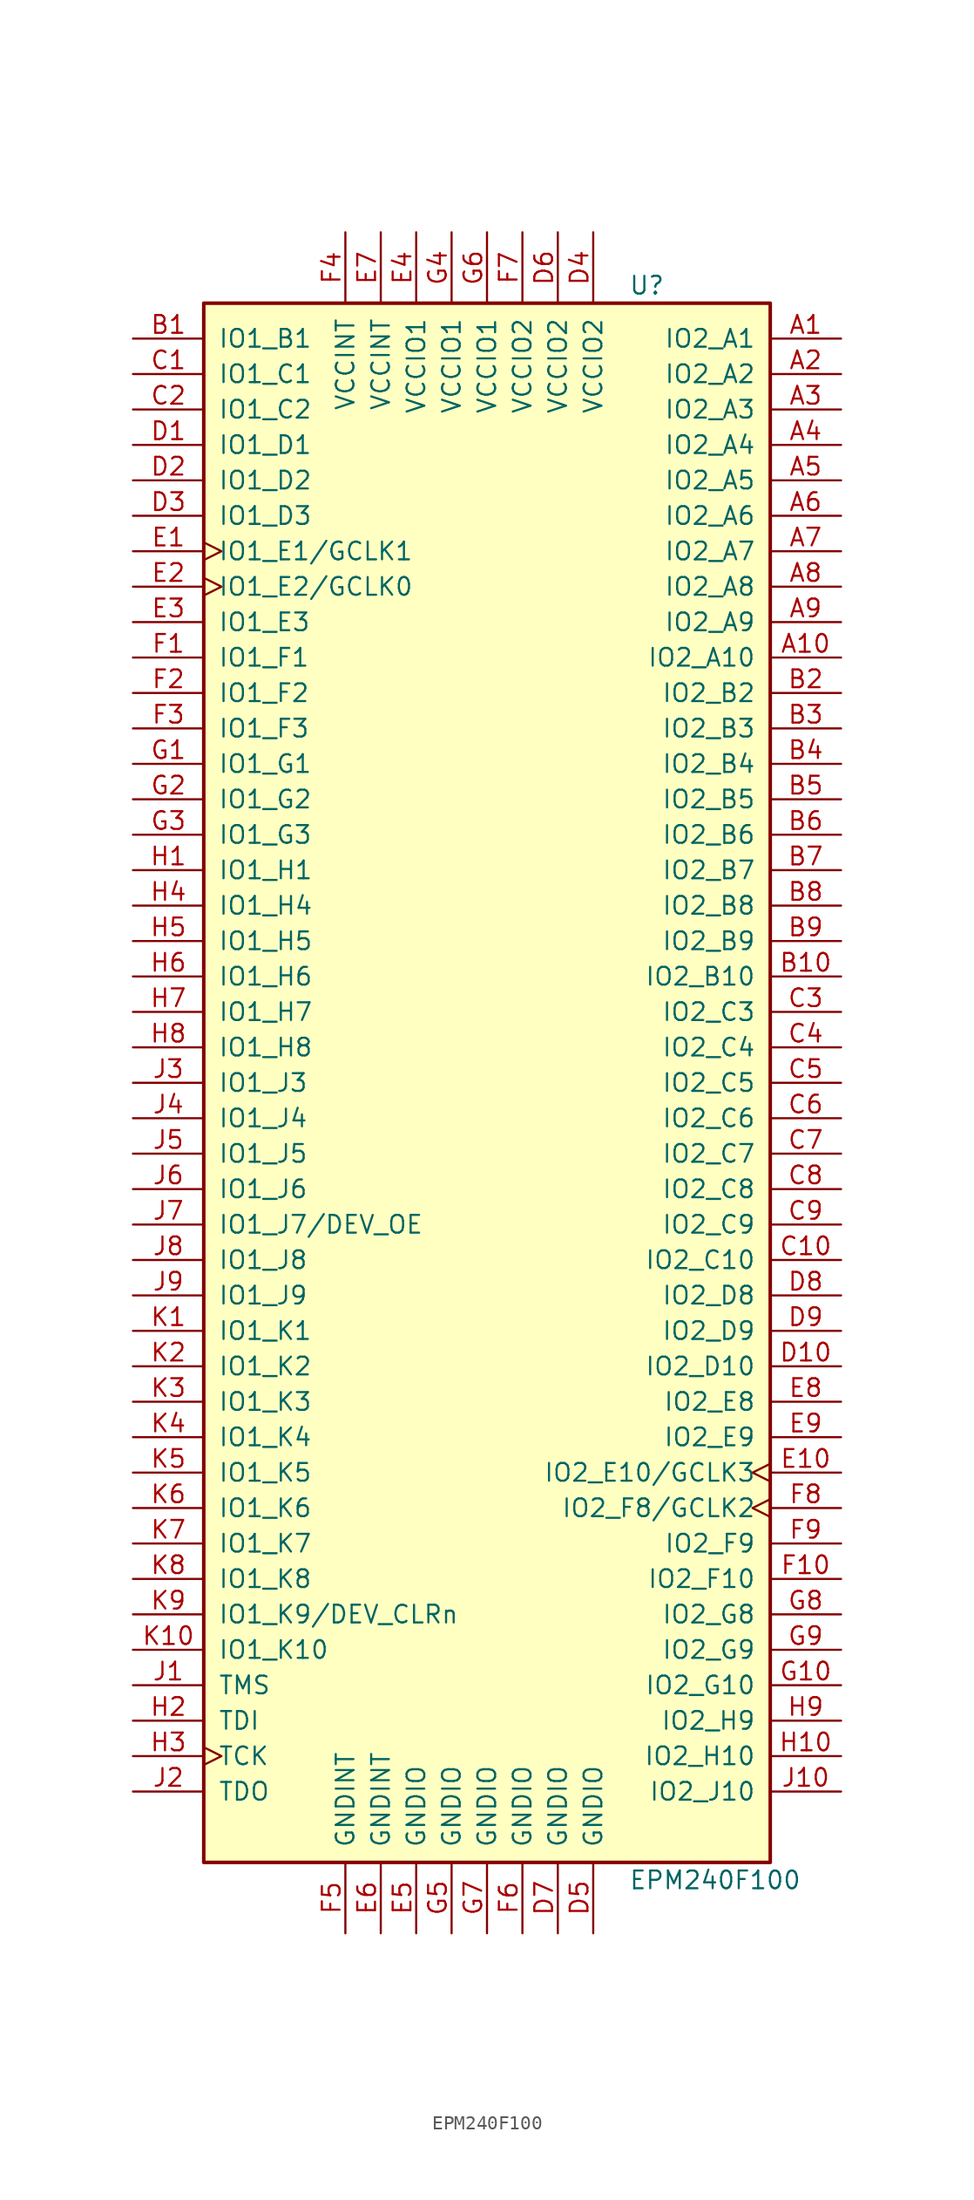
<source format=kicad_sym>
(kicad_symbol_lib
  (version 20201005)
  (generator kicad_symbol_editor)
  (symbol "EPM240F100"
    (pin_names
      (offset 1.016))
    (property "Reference" "U"
      (at 10.16 57.15 0)
      (effects (font (size 1.27 1.27)) (justify left)))
    (property "Value" "EPM240F100"
      (at 10.16 -57.15 0)
      (effects (font (size 1.27 1.27)) (justify left)))
    (property "ki_locked" ""
      (at 0 0 0)
      (effects (font (size 1.27 1.27))))
    (symbol "EPM240F100_1_1"
      (rectangle (start -20.32 55.88) (end 20.32 -55.88) (stroke (width 0.254)) (fill (type background)))
      (pin bidirectional line (at 25.4 53.34 180) (length 5.08) (name "IO2_A1" (effects (font (size 1.27 1.27)))) (number "A1" (effects (font (size 1.27 1.27)))))
      (pin bidirectional line (at 25.4 30.48 180) (length 5.08) (name "IO2_A10" (effects (font (size 1.27 1.27)))) (number "A10" (effects (font (size 1.27 1.27)))))
      (pin bidirectional line (at 25.4 50.8 180) (length 5.08) (name "IO2_A2" (effects (font (size 1.27 1.27)))) (number "A2" (effects (font (size 1.27 1.27)))))
      (pin bidirectional line (at 25.4 48.26 180) (length 5.08) (name "IO2_A3" (effects (font (size 1.27 1.27)))) (number "A3" (effects (font (size 1.27 1.27)))))
      (pin bidirectional line (at 25.4 45.72 180) (length 5.08) (name "IO2_A4" (effects (font (size 1.27 1.27)))) (number "A4" (effects (font (size 1.27 1.27)))))
      (pin bidirectional line (at 25.4 43.18 180) (length 5.08) (name "IO2_A5" (effects (font (size 1.27 1.27)))) (number "A5" (effects (font (size 1.27 1.27)))))
      (pin bidirectional line (at 25.4 40.64 180) (length 5.08) (name "IO2_A6" (effects (font (size 1.27 1.27)))) (number "A6" (effects (font (size 1.27 1.27)))))
      (pin bidirectional line (at 25.4 38.1 180) (length 5.08) (name "IO2_A7" (effects (font (size 1.27 1.27)))) (number "A7" (effects (font (size 1.27 1.27)))))
      (pin bidirectional line (at 25.4 35.56 180) (length 5.08) (name "IO2_A8" (effects (font (size 1.27 1.27)))) (number "A8" (effects (font (size 1.27 1.27)))))
      (pin bidirectional line (at 25.4 33.02 180) (length 5.08) (name "IO2_A9" (effects (font (size 1.27 1.27)))) (number "A9" (effects (font (size 1.27 1.27)))))
      (pin bidirectional line (at -25.4 53.34 0) (length 5.08) (name "IO1_B1" (effects (font (size 1.27 1.27)))) (number "B1" (effects (font (size 1.27 1.27)))))
      (pin bidirectional line (at 25.4 7.62 180) (length 5.08) (name "IO2_B10" (effects (font (size 1.27 1.27)))) (number "B10" (effects (font (size 1.27 1.27)))))
      (pin bidirectional line (at 25.4 27.94 180) (length 5.08) (name "IO2_B2" (effects (font (size 1.27 1.27)))) (number "B2" (effects (font (size 1.27 1.27)))))
      (pin bidirectional line (at 25.4 25.4 180) (length 5.08) (name "IO2_B3" (effects (font (size 1.27 1.27)))) (number "B3" (effects (font (size 1.27 1.27)))))
      (pin bidirectional line (at 25.4 22.86 180) (length 5.08) (name "IO2_B4" (effects (font (size 1.27 1.27)))) (number "B4" (effects (font (size 1.27 1.27)))))
      (pin bidirectional line (at 25.4 20.32 180) (length 5.08) (name "IO2_B5" (effects (font (size 1.27 1.27)))) (number "B5" (effects (font (size 1.27 1.27)))))
      (pin bidirectional line (at 25.4 17.78 180) (length 5.08) (name "IO2_B6" (effects (font (size 1.27 1.27)))) (number "B6" (effects (font (size 1.27 1.27)))))
      (pin bidirectional line (at 25.4 15.24 180) (length 5.08) (name "IO2_B7" (effects (font (size 1.27 1.27)))) (number "B7" (effects (font (size 1.27 1.27)))))
      (pin bidirectional line (at 25.4 12.7 180) (length 5.08) (name "IO2_B8" (effects (font (size 1.27 1.27)))) (number "B8" (effects (font (size 1.27 1.27)))))
      (pin bidirectional line (at 25.4 10.16 180) (length 5.08) (name "IO2_B9" (effects (font (size 1.27 1.27)))) (number "B9" (effects (font (size 1.27 1.27)))))
      (pin bidirectional line (at -25.4 50.8 0) (length 5.08) (name "IO1_C1" (effects (font (size 1.27 1.27)))) (number "C1" (effects (font (size 1.27 1.27)))))
      (pin bidirectional line (at 25.4 -12.7 180) (length 5.08) (name "IO2_C10" (effects (font (size 1.27 1.27)))) (number "C10" (effects (font (size 1.27 1.27)))))
      (pin bidirectional line (at -25.4 48.26 0) (length 5.08) (name "IO1_C2" (effects (font (size 1.27 1.27)))) (number "C2" (effects (font (size 1.27 1.27)))))
      (pin bidirectional line (at 25.4 5.08 180) (length 5.08) (name "IO2_C3" (effects (font (size 1.27 1.27)))) (number "C3" (effects (font (size 1.27 1.27)))))
      (pin bidirectional line (at 25.4 2.54 180) (length 5.08) (name "IO2_C4" (effects (font (size 1.27 1.27)))) (number "C4" (effects (font (size 1.27 1.27)))))
      (pin bidirectional line (at 25.4 0 180) (length 5.08) (name "IO2_C5" (effects (font (size 1.27 1.27)))) (number "C5" (effects (font (size 1.27 1.27)))))
      (pin bidirectional line (at 25.4 -2.54 180) (length 5.08) (name "IO2_C6" (effects (font (size 1.27 1.27)))) (number "C6" (effects (font (size 1.27 1.27)))))
      (pin bidirectional line (at 25.4 -5.08 180) (length 5.08) (name "IO2_C7" (effects (font (size 1.27 1.27)))) (number "C7" (effects (font (size 1.27 1.27)))))
      (pin bidirectional line (at 25.4 -7.62 180) (length 5.08) (name "IO2_C8" (effects (font (size 1.27 1.27)))) (number "C8" (effects (font (size 1.27 1.27)))))
      (pin bidirectional line (at 25.4 -10.16 180) (length 5.08) (name "IO2_C9" (effects (font (size 1.27 1.27)))) (number "C9" (effects (font (size 1.27 1.27)))))
      (pin bidirectional line (at -25.4 45.72 0) (length 5.08) (name "IO1_D1" (effects (font (size 1.27 1.27)))) (number "D1" (effects (font (size 1.27 1.27)))))
      (pin bidirectional line (at 25.4 -20.32 180) (length 5.08) (name "IO2_D10" (effects (font (size 1.27 1.27)))) (number "D10" (effects (font (size 1.27 1.27)))))
      (pin bidirectional line (at -25.4 43.18 0) (length 5.08) (name "IO1_D2" (effects (font (size 1.27 1.27)))) (number "D2" (effects (font (size 1.27 1.27)))))
      (pin bidirectional line (at -25.4 40.64 0) (length 5.08) (name "IO1_D3" (effects (font (size 1.27 1.27)))) (number "D3" (effects (font (size 1.27 1.27)))))
      (pin power_in line (at 7.62 60.96 270) (length 5.08) (name "VCCIO2" (effects (font (size 1.27 1.27)))) (number "D4" (effects (font (size 1.27 1.27)))))
      (pin power_in line (at 7.62 -60.96 90) (length 5.08) (name "GNDIO" (effects (font (size 1.27 1.27)))) (number "D5" (effects (font (size 1.27 1.27)))))
      (pin power_in line (at 5.08 60.96 270) (length 5.08) (name "VCCIO2" (effects (font (size 1.27 1.27)))) (number "D6" (effects (font (size 1.27 1.27)))))
      (pin power_in line (at 5.08 -60.96 90) (length 5.08) (name "GNDIO" (effects (font (size 1.27 1.27)))) (number "D7" (effects (font (size 1.27 1.27)))))
      (pin bidirectional line (at 25.4 -15.24 180) (length 5.08) (name "IO2_D8" (effects (font (size 1.27 1.27)))) (number "D8" (effects (font (size 1.27 1.27)))))
      (pin bidirectional line (at 25.4 -17.78 180) (length 5.08) (name "IO2_D9" (effects (font (size 1.27 1.27)))) (number "D9" (effects (font (size 1.27 1.27)))))
      (pin bidirectional clock (at -25.4 38.1 0) (length 5.08) (name "IO1_E1/GCLK1" (effects (font (size 1.27 1.27)))) (number "E1" (effects (font (size 1.27 1.27)))))
      (pin bidirectional clock (at 25.4 -27.94 180) (length 5.08) (name "IO2_E10/GCLK3" (effects (font (size 1.27 1.27)))) (number "E10" (effects (font (size 1.27 1.27)))))
      (pin bidirectional clock (at -25.4 35.56 0) (length 5.08) (name "IO1_E2/GCLK0" (effects (font (size 1.27 1.27)))) (number "E2" (effects (font (size 1.27 1.27)))))
      (pin bidirectional line (at -25.4 33.02 0) (length 5.08) (name "IO1_E3" (effects (font (size 1.27 1.27)))) (number "E3" (effects (font (size 1.27 1.27)))))
      (pin power_in line (at -5.08 60.96 270) (length 5.08) (name "VCCIO1" (effects (font (size 1.27 1.27)))) (number "E4" (effects (font (size 1.27 1.27)))))
      (pin power_in line (at -5.08 -60.96 90) (length 5.08) (name "GNDIO" (effects (font (size 1.27 1.27)))) (number "E5" (effects (font (size 1.27 1.27)))))
      (pin power_in line (at -7.62 -60.96 90) (length 5.08) (name "GNDINT" (effects (font (size 1.27 1.27)))) (number "E6" (effects (font (size 1.27 1.27)))))
      (pin power_in line (at -7.62 60.96 270) (length 5.08) (name "VCCINT" (effects (font (size 1.27 1.27)))) (number "E7" (effects (font (size 1.27 1.27)))))
      (pin bidirectional line (at 25.4 -22.86 180) (length 5.08) (name "IO2_E8" (effects (font (size 1.27 1.27)))) (number "E8" (effects (font (size 1.27 1.27)))))
      (pin bidirectional line (at 25.4 -25.4 180) (length 5.08) (name "IO2_E9" (effects (font (size 1.27 1.27)))) (number "E9" (effects (font (size 1.27 1.27)))))
      (pin bidirectional line (at -25.4 30.48 0) (length 5.08) (name "IO1_F1" (effects (font (size 1.27 1.27)))) (number "F1" (effects (font (size 1.27 1.27)))))
      (pin bidirectional line (at 25.4 -35.56 180) (length 5.08) (name "IO2_F10" (effects (font (size 1.27 1.27)))) (number "F10" (effects (font (size 1.27 1.27)))))
      (pin bidirectional line (at -25.4 27.94 0) (length 5.08) (name "IO1_F2" (effects (font (size 1.27 1.27)))) (number "F2" (effects (font (size 1.27 1.27)))))
      (pin bidirectional line (at -25.4 25.4 0) (length 5.08) (name "IO1_F3" (effects (font (size 1.27 1.27)))) (number "F3" (effects (font (size 1.27 1.27)))))
      (pin power_in line (at -10.16 60.96 270) (length 5.08) (name "VCCINT" (effects (font (size 1.27 1.27)))) (number "F4" (effects (font (size 1.27 1.27)))))
      (pin power_in line (at -10.16 -60.96 90) (length 5.08) (name "GNDINT" (effects (font (size 1.27 1.27)))) (number "F5" (effects (font (size 1.27 1.27)))))
      (pin power_in line (at 2.54 -60.96 90) (length 5.08) (name "GNDIO" (effects (font (size 1.27 1.27)))) (number "F6" (effects (font (size 1.27 1.27)))))
      (pin power_in line (at 2.54 60.96 270) (length 5.08) (name "VCCIO2" (effects (font (size 1.27 1.27)))) (number "F7" (effects (font (size 1.27 1.27)))))
      (pin bidirectional clock (at 25.4 -30.48 180) (length 5.08) (name "IO2_F8/GCLK2" (effects (font (size 1.27 1.27)))) (number "F8" (effects (font (size 1.27 1.27)))))
      (pin bidirectional line (at 25.4 -33.02 180) (length 5.08) (name "IO2_F9" (effects (font (size 1.27 1.27)))) (number "F9" (effects (font (size 1.27 1.27)))))
      (pin bidirectional line (at -25.4 22.86 0) (length 5.08) (name "IO1_G1" (effects (font (size 1.27 1.27)))) (number "G1" (effects (font (size 1.27 1.27)))))
      (pin bidirectional line (at 25.4 -43.18 180) (length 5.08) (name "IO2_G10" (effects (font (size 1.27 1.27)))) (number "G10" (effects (font (size 1.27 1.27)))))
      (pin bidirectional line (at -25.4 20.32 0) (length 5.08) (name "IO1_G2" (effects (font (size 1.27 1.27)))) (number "G2" (effects (font (size 1.27 1.27)))))
      (pin bidirectional line (at -25.4 17.78 0) (length 5.08) (name "IO1_G3" (effects (font (size 1.27 1.27)))) (number "G3" (effects (font (size 1.27 1.27)))))
      (pin power_in line (at -2.54 60.96 270) (length 5.08) (name "VCCIO1" (effects (font (size 1.27 1.27)))) (number "G4" (effects (font (size 1.27 1.27)))))
      (pin power_in line (at -2.54 -60.96 90) (length 5.08) (name "GNDIO" (effects (font (size 1.27 1.27)))) (number "G5" (effects (font (size 1.27 1.27)))))
      (pin power_in line (at 0 60.96 270) (length 5.08) (name "VCCIO1" (effects (font (size 1.27 1.27)))) (number "G6" (effects (font (size 1.27 1.27)))))
      (pin power_in line (at 0 -60.96 90) (length 5.08) (name "GNDIO" (effects (font (size 1.27 1.27)))) (number "G7" (effects (font (size 1.27 1.27)))))
      (pin bidirectional line (at 25.4 -38.1 180) (length 5.08) (name "IO2_G8" (effects (font (size 1.27 1.27)))) (number "G8" (effects (font (size 1.27 1.27)))))
      (pin bidirectional line (at 25.4 -40.64 180) (length 5.08) (name "IO2_G9" (effects (font (size 1.27 1.27)))) (number "G9" (effects (font (size 1.27 1.27)))))
      (pin bidirectional line (at -25.4 15.24 0) (length 5.08) (name "IO1_H1" (effects (font (size 1.27 1.27)))) (number "H1" (effects (font (size 1.27 1.27)))))
      (pin bidirectional line (at 25.4 -48.26 180) (length 5.08) (name "IO2_H10" (effects (font (size 1.27 1.27)))) (number "H10" (effects (font (size 1.27 1.27)))))
      (pin input line (at -25.4 -45.72 0) (length 5.08) (name "TDI" (effects (font (size 1.27 1.27)))) (number "H2" (effects (font (size 1.27 1.27)))))
      (pin input clock (at -25.4 -48.26 0) (length 5.08) (name "TCK" (effects (font (size 1.27 1.27)))) (number "H3" (effects (font (size 1.27 1.27)))))
      (pin bidirectional line (at -25.4 12.7 0) (length 5.08) (name "IO1_H4" (effects (font (size 1.27 1.27)))) (number "H4" (effects (font (size 1.27 1.27)))))
      (pin bidirectional line (at -25.4 10.16 0) (length 5.08) (name "IO1_H5" (effects (font (size 1.27 1.27)))) (number "H5" (effects (font (size 1.27 1.27)))))
      (pin bidirectional line (at -25.4 7.62 0) (length 5.08) (name "IO1_H6" (effects (font (size 1.27 1.27)))) (number "H6" (effects (font (size 1.27 1.27)))))
      (pin bidirectional line (at -25.4 5.08 0) (length 5.08) (name "IO1_H7" (effects (font (size 1.27 1.27)))) (number "H7" (effects (font (size 1.27 1.27)))))
      (pin bidirectional line (at -25.4 2.54 0) (length 5.08) (name "IO1_H8" (effects (font (size 1.27 1.27)))) (number "H8" (effects (font (size 1.27 1.27)))))
      (pin bidirectional line (at 25.4 -45.72 180) (length 5.08) (name "IO2_H9" (effects (font (size 1.27 1.27)))) (number "H9" (effects (font (size 1.27 1.27)))))
      (pin input line (at -25.4 -43.18 0) (length 5.08) (name "TMS" (effects (font (size 1.27 1.27)))) (number "J1" (effects (font (size 1.27 1.27)))))
      (pin bidirectional line (at 25.4 -50.8 180) (length 5.08) (name "IO2_J10" (effects (font (size 1.27 1.27)))) (number "J10" (effects (font (size 1.27 1.27)))))
      (pin output line (at -25.4 -50.8 0) (length 5.08) (name "TDO" (effects (font (size 1.27 1.27)))) (number "J2" (effects (font (size 1.27 1.27)))))
      (pin bidirectional line (at -25.4 0 0) (length 5.08) (name "IO1_J3" (effects (font (size 1.27 1.27)))) (number "J3" (effects (font (size 1.27 1.27)))))
      (pin bidirectional line (at -25.4 -2.54 0) (length 5.08) (name "IO1_J4" (effects (font (size 1.27 1.27)))) (number "J4" (effects (font (size 1.27 1.27)))))
      (pin bidirectional line (at -25.4 -5.08 0) (length 5.08) (name "IO1_J5" (effects (font (size 1.27 1.27)))) (number "J5" (effects (font (size 1.27 1.27)))))
      (pin bidirectional line (at -25.4 -7.62 0) (length 5.08) (name "IO1_J6" (effects (font (size 1.27 1.27)))) (number "J6" (effects (font (size 1.27 1.27)))))
      (pin bidirectional line (at -25.4 -10.16 0) (length 5.08) (name "IO1_J7/DEV_OE" (effects (font (size 1.27 1.27)))) (number "J7" (effects (font (size 1.27 1.27)))))
      (pin bidirectional line (at -25.4 -12.7 0) (length 5.08) (name "IO1_J8" (effects (font (size 1.27 1.27)))) (number "J8" (effects (font (size 1.27 1.27)))))
      (pin bidirectional line (at -25.4 -15.24 0) (length 5.08) (name "IO1_J9" (effects (font (size 1.27 1.27)))) (number "J9" (effects (font (size 1.27 1.27)))))
      (pin bidirectional line (at -25.4 -17.78 0) (length 5.08) (name "IO1_K1" (effects (font (size 1.27 1.27)))) (number "K1" (effects (font (size 1.27 1.27)))))
      (pin bidirectional line (at -25.4 -40.64 0) (length 5.08) (name "IO1_K10" (effects (font (size 1.27 1.27)))) (number "K10" (effects (font (size 1.27 1.27)))))
      (pin bidirectional line (at -25.4 -20.32 0) (length 5.08) (name "IO1_K2" (effects (font (size 1.27 1.27)))) (number "K2" (effects (font (size 1.27 1.27)))))
      (pin bidirectional line (at -25.4 -22.86 0) (length 5.08) (name "IO1_K3" (effects (font (size 1.27 1.27)))) (number "K3" (effects (font (size 1.27 1.27)))))
      (pin bidirectional line (at -25.4 -25.4 0) (length 5.08) (name "IO1_K4" (effects (font (size 1.27 1.27)))) (number "K4" (effects (font (size 1.27 1.27)))))
      (pin bidirectional line (at -25.4 -27.94 0) (length 5.08) (name "IO1_K5" (effects (font (size 1.27 1.27)))) (number "K5" (effects (font (size 1.27 1.27)))))
      (pin bidirectional line (at -25.4 -30.48 0) (length 5.08) (name "IO1_K6" (effects (font (size 1.27 1.27)))) (number "K6" (effects (font (size 1.27 1.27)))))
      (pin bidirectional line (at -25.4 -33.02 0) (length 5.08) (name "IO1_K7" (effects (font (size 1.27 1.27)))) (number "K7" (effects (font (size 1.27 1.27)))))
      (pin bidirectional line (at -25.4 -35.56 0) (length 5.08) (name "IO1_K8" (effects (font (size 1.27 1.27)))) (number "K8" (effects (font (size 1.27 1.27)))))
      (pin bidirectional line (at -25.4 -38.1 0) (length 5.08) (name "IO1_K9/DEV_CLRn" (effects (font (size 1.27 1.27)))) (number "K9" (effects (font (size 1.27 1.27))))))))
</source>
